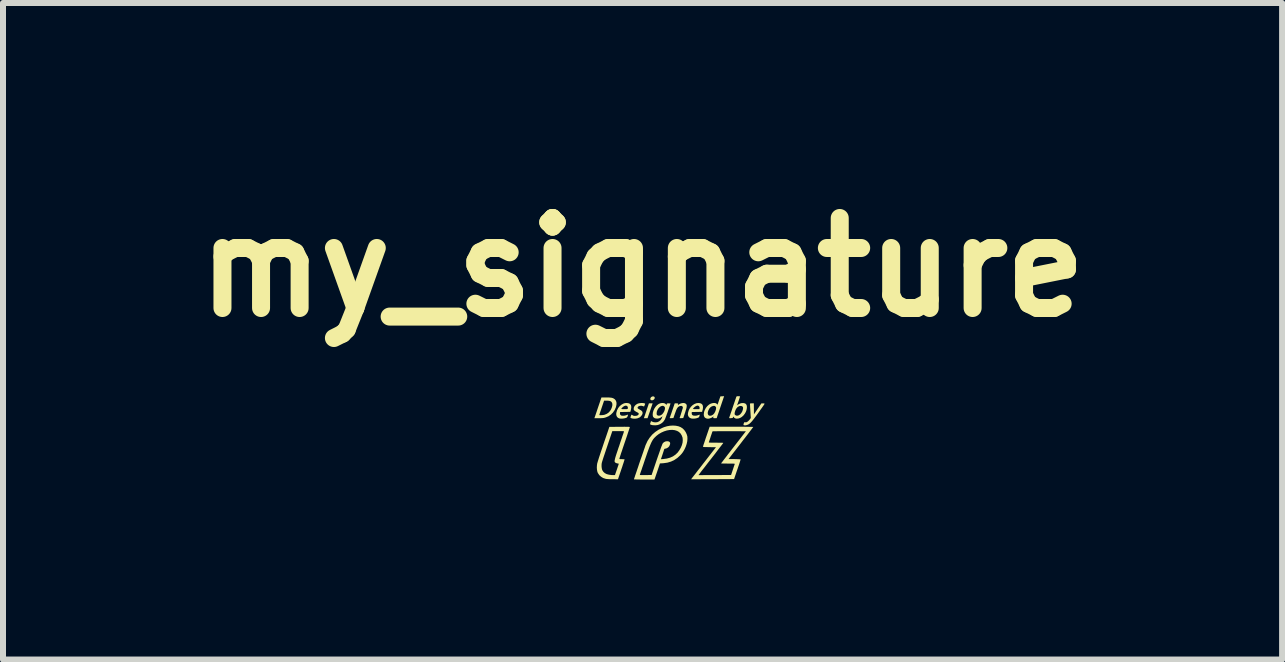
<source format=kicad_pcb>
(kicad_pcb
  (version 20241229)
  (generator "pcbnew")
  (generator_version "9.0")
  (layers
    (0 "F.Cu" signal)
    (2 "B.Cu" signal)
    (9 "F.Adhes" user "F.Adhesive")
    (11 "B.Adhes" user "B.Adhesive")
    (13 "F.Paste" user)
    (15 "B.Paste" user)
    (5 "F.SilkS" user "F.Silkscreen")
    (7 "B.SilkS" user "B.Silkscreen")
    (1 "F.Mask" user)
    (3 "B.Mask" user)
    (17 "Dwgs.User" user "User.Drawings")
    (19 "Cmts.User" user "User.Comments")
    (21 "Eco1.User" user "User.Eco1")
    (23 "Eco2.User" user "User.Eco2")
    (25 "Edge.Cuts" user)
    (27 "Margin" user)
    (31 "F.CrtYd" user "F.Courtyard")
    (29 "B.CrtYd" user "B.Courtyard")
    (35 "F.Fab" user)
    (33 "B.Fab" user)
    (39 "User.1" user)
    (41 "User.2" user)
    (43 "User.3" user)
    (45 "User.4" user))
  (footprint "my_signature"
    (layer "F.Cu")
    (at 8.187 4.244)
    (property "Reference" "my_signature" (at -0.53 -2.84 0) (layer "F.SilkS") (effects (font (size 1.5 1.5) (thickness 0.3))))
    (attr board_only exclude_from_pos_files exclude_from_bom)
    (fp_poly (pts (xy -0.404 -0.449) (xy -0.447 -0.325) (xy -0.477 -0.325) (xy -0.508 -0.325) (xy -0.466 -0.449) (xy -0.424 -0.573) (xy -0.393 -0.573) (xy -0.362 -0.573)) (stroke (width 0) (type solid)) (fill yes) (layer "F.SilkS"))
    (fp_poly (pts (xy -0.348 -0.689) (xy -0.337 -0.684) (xy -0.329 -0.676) (xy -0.327 -0.663) (xy -0.329 -0.654) (xy -0.338 -0.64) (xy -0.352 -0.629) (xy -0.367 -0.624) (xy -0.381 -0.624) (xy -0.393 -0.63) (xy -0.396 -0.634) (xy -0.401 -0.642) (xy -0.401 -0.65) (xy -0.397 -0.662) (xy -0.388 -0.676) (xy -0.375 -0.684) (xy -0.362 -0.689)) (stroke (width 0) (type solid)) (fill yes) (layer "F.SilkS"))
    (fp_poly (pts (xy -1.136 -0.671) (xy -1.098 -0.671) (xy -1.069 -0.669) (xy -1.045 -0.666) (xy -1.027 -0.661) (xy -1.012 -0.654) (xy -0.998 -0.645) (xy -0.989 -0.637) (xy -0.973 -0.615) (xy -0.965 -0.589) (xy -0.964 -0.558) (xy -0.971 -0.522) (xy -0.976 -0.504) (xy -0.996 -0.459) (xy -1.024 -0.419) (xy -1.057 -0.386) (xy -1.097 -0.358) (xy -1.142 -0.339) (xy -1.162 -0.333) (xy -1.18 -0.329) (xy -1.204 -0.327) (xy -1.235 -0.325) (xy -1.261 -0.325) (xy -1.333 -0.325) (xy -1.314 -0.379) (xy -1.251 -0.379) (xy -1.246 -0.377) (xy -1.235 -0.376) (xy -1.22 -0.376) (xy -1.202 -0.377) (xy -1.184 -0.379) (xy -1.168 -0.382) (xy -1.163 -0.383) (xy -1.127 -0.398) (xy -1.096 -0.419) (xy -1.071 -0.447) (xy -1.054 -0.475) (xy -1.04 -0.51) (xy -1.033 -0.541) (xy -1.034 -0.568) (xy -1.043 -0.59) (xy -1.047 -0.595) (xy -1.058 -0.605) (xy -1.073 -0.612) (xy -1.093 -0.616) (xy -1.12 -0.618) (xy -1.132 -0.618) (xy -1.171 -0.618) (xy -1.211 -0.5) (xy -1.221 -0.469) (xy -1.231 -0.441) (xy -1.239 -0.417) (xy -1.245 -0.397) (xy -1.249 -0.385) (xy -1.251 -0.379) (xy -1.251 -0.379) (xy -1.314 -0.379) (xy -1.274 -0.498) (xy -1.215 -0.671)) (stroke (width 0) (type solid)) (fill yes) (layer "F.SilkS"))
    (fp_poly (pts (xy 1.325 -0.481) (xy 1.326 -0.389) (xy 1.388 -0.481) (xy 1.45 -0.572) (xy 1.476 -0.572) (xy 1.491 -0.572) (xy 1.5 -0.57) (xy 1.502 -0.568) (xy 1.502 -0.565) (xy 1.501 -0.561) (xy 1.497 -0.555) (xy 1.492 -0.547) (xy 1.484 -0.535) (xy 1.473 -0.519) (xy 1.459 -0.499) (xy 1.44 -0.473) (xy 1.417 -0.44) (xy 1.397 -0.412) (xy 1.366 -0.369) (xy 1.339 -0.333) (xy 1.316 -0.303) (xy 1.296 -0.278) (xy 1.279 -0.259) (xy 1.264 -0.244) (xy 1.25 -0.232) (xy 1.238 -0.224) (xy 1.225 -0.218) (xy 1.221 -0.216) (xy 1.199 -0.209) (xy 1.178 -0.206) (xy 1.162 -0.208) (xy 1.155 -0.21) (xy 1.152 -0.214) (xy 1.152 -0.221) (xy 1.155 -0.233) (xy 1.156 -0.237) (xy 1.161 -0.251) (xy 1.165 -0.257) (xy 1.171 -0.259) (xy 1.177 -0.258) (xy 1.192 -0.257) (xy 1.202 -0.258) (xy 1.215 -0.265) (xy 1.231 -0.277) (xy 1.246 -0.292) (xy 1.261 -0.31) (xy 1.262 -0.311) (xy 1.274 -0.329) (xy 1.267 -0.444) (xy 1.265 -0.476) (xy 1.263 -0.505) (xy 1.262 -0.53) (xy 1.261 -0.549) (xy 1.26 -0.562) (xy 1.26 -0.566) (xy 1.262 -0.57) (xy 1.27 -0.572) (xy 1.286 -0.573) (xy 1.292 -0.573) (xy 1.324 -0.573)) (stroke (width 0) (type solid)) (fill yes) (layer "F.SilkS"))
    (fp_poly (pts (xy 0.175 -0.575) (xy 0.192 -0.565) (xy 0.196 -0.561) (xy 0.202 -0.552) (xy 0.206 -0.541) (xy 0.206 -0.527) (xy 0.204 -0.508) (xy 0.199 -0.485) (xy 0.19 -0.456) (xy 0.179 -0.419) (xy 0.177 -0.414) (xy 0.148 -0.328) (xy 0.117 -0.326) (xy 0.1 -0.326) (xy 0.091 -0.327) (xy 0.088 -0.329) (xy 0.088 -0.331) (xy 0.093 -0.344) (xy 0.099 -0.363) (xy 0.107 -0.385) (xy 0.114 -0.41) (xy 0.122 -0.434) (xy 0.129 -0.457) (xy 0.135 -0.477) (xy 0.14 -0.492) (xy 0.142 -0.501) (xy 0.142 -0.502) (xy 0.138 -0.517) (xy 0.128 -0.527) (xy 0.113 -0.531) (xy 0.094 -0.528) (xy 0.085 -0.525) (xy 0.072 -0.518) (xy 0.061 -0.51) (xy 0.051 -0.498) (xy 0.041 -0.482) (xy 0.031 -0.461) (xy 0.021 -0.433) (xy 0.009 -0.401) (xy -0.016 -0.328) (xy -0.048 -0.326) (xy -0.065 -0.326) (xy -0.074 -0.327) (xy -0.077 -0.329) (xy -0.077 -0.331) (xy -0.075 -0.337) (xy -0.07 -0.35) (xy -0.064 -0.369) (xy -0.055 -0.394) (xy -0.045 -0.423) (xy -0.035 -0.454) (xy -0.034 -0.455) (xy 0.006 -0.573) (xy 0.035 -0.573) (xy 0.052 -0.572) (xy 0.061 -0.57) (xy 0.063 -0.565) (xy 0.061 -0.557) (xy 0.06 -0.553) (xy 0.058 -0.547) (xy 0.059 -0.545) (xy 0.065 -0.548) (xy 0.076 -0.555) (xy 0.078 -0.557) (xy 0.103 -0.57) (xy 0.129 -0.577) (xy 0.153 -0.579)) (stroke (width 0) (type solid)) (fill yes) (layer "F.SilkS"))
    (fp_poly (pts (xy 0.427 -0.576) (xy 0.45 -0.567) (xy 0.466 -0.552) (xy 0.475 -0.532) (xy 0.477 -0.505) (xy 0.473 -0.472) (xy 0.469 -0.459) (xy 0.462 -0.431) (xy 0.376 -0.43) (xy 0.291 -0.428) (xy 0.289 -0.415) (xy 0.29 -0.395) (xy 0.297 -0.381) (xy 0.307 -0.373) (xy 0.324 -0.368) (xy 0.347 -0.367) (xy 0.372 -0.369) (xy 0.395 -0.376) (xy 0.395 -0.376) (xy 0.409 -0.381) (xy 0.419 -0.384) (xy 0.422 -0.385) (xy 0.423 -0.381) (xy 0.42 -0.371) (xy 0.418 -0.362) (xy 0.413 -0.348) (xy 0.407 -0.34) (xy 0.398 -0.335) (xy 0.386 -0.33) (xy 0.363 -0.323) (xy 0.336 -0.319) (xy 0.309 -0.318) (xy 0.287 -0.32) (xy 0.282 -0.321) (xy 0.258 -0.331) (xy 0.241 -0.346) (xy 0.231 -0.364) (xy 0.227 -0.378) (xy 0.225 -0.39) (xy 0.227 -0.406) (xy 0.228 -0.415) (xy 0.238 -0.452) (xy 0.252 -0.482) (xy 0.311 -0.482) (xy 0.315 -0.479) (xy 0.327 -0.477) (xy 0.348 -0.477) (xy 0.364 -0.476) (xy 0.417 -0.476) (xy 0.42 -0.488) (xy 0.42 -0.506) (xy 0.413 -0.522) (xy 0.402 -0.531) (xy 0.393 -0.535) (xy 0.384 -0.535) (xy 0.37 -0.532) (xy 0.358 -0.526) (xy 0.344 -0.517) (xy 0.33 -0.505) (xy 0.319 -0.494) (xy 0.312 -0.485) (xy 0.311 -0.482) (xy 0.252 -0.482) (xy 0.255 -0.487) (xy 0.277 -0.517) (xy 0.304 -0.543) (xy 0.334 -0.562) (xy 0.367 -0.575) (xy 0.398 -0.579)) (stroke (width 0) (type solid)) (fill yes) (layer "F.SilkS"))
    (fp_poly (pts (xy -0.768 -0.576) (xy -0.745 -0.567) (xy -0.729 -0.552) (xy -0.72 -0.532) (xy -0.718 -0.505) (xy -0.723 -0.472) (xy -0.726 -0.459) (xy -0.734 -0.431) (xy -0.819 -0.43) (xy -0.905 -0.428) (xy -0.906 -0.409) (xy -0.906 -0.394) (xy -0.901 -0.384) (xy -0.896 -0.378) (xy -0.888 -0.372) (xy -0.879 -0.368) (xy -0.867 -0.367) (xy -0.855 -0.366) (xy -0.824 -0.369) (xy -0.801 -0.376) (xy -0.787 -0.381) (xy -0.777 -0.384) (xy -0.773 -0.385) (xy -0.773 -0.381) (xy -0.775 -0.371) (xy -0.778 -0.361) (xy -0.784 -0.347) (xy -0.79 -0.338) (xy -0.799 -0.333) (xy -0.81 -0.329) (xy -0.834 -0.323) (xy -0.861 -0.319) (xy -0.889 -0.318) (xy -0.912 -0.32) (xy -0.915 -0.321) (xy -0.938 -0.331) (xy -0.955 -0.347) (xy -0.965 -0.368) (xy -0.969 -0.395) (xy -0.966 -0.418) (xy -0.955 -0.458) (xy -0.943 -0.48) (xy -0.884 -0.48) (xy -0.88 -0.479) (xy -0.868 -0.477) (xy -0.851 -0.477) (xy -0.832 -0.476) (xy -0.809 -0.477) (xy -0.793 -0.477) (xy -0.784 -0.479) (xy -0.779 -0.481) (xy -0.777 -0.484) (xy -0.774 -0.502) (xy -0.779 -0.518) (xy -0.786 -0.526) (xy -0.799 -0.534) (xy -0.811 -0.535) (xy -0.827 -0.531) (xy -0.837 -0.526) (xy -0.849 -0.519) (xy -0.862 -0.508) (xy -0.874 -0.496) (xy -0.882 -0.486) (xy -0.884 -0.48) (xy -0.943 -0.48) (xy -0.936 -0.495) (xy -0.91 -0.527) (xy -0.878 -0.553) (xy -0.858 -0.564) (xy -0.839 -0.573) (xy -0.821 -0.577) (xy -0.802 -0.579) (xy -0.798 -0.579)) (stroke (width 0) (type solid)) (fill yes) (layer "F.SilkS"))
    (fp_poly (pts (xy -0.514 -0.577) (xy -0.498 -0.573) (xy -0.486 -0.568) (xy -0.494 -0.544) (xy -0.5 -0.531) (xy -0.504 -0.523) (xy -0.507 -0.521) (xy -0.513 -0.523) (xy -0.525 -0.527) (xy -0.531 -0.529) (xy -0.551 -0.533) (xy -0.571 -0.532) (xy -0.59 -0.527) (xy -0.604 -0.518) (xy -0.612 -0.507) (xy -0.612 -0.506) (xy -0.613 -0.498) (xy -0.611 -0.492) (xy -0.605 -0.486) (xy -0.593 -0.478) (xy -0.575 -0.468) (xy -0.574 -0.467) (xy -0.551 -0.453) (xy -0.536 -0.438) (xy -0.53 -0.422) (xy -0.53 -0.403) (xy -0.531 -0.399) (xy -0.54 -0.379) (xy -0.555 -0.36) (xy -0.572 -0.343) (xy -0.586 -0.335) (xy -0.619 -0.322) (xy -0.656 -0.317) (xy -0.692 -0.319) (xy -0.707 -0.323) (xy -0.72 -0.326) (xy -0.729 -0.33) (xy -0.731 -0.331) (xy -0.731 -0.337) (xy -0.729 -0.348) (xy -0.725 -0.361) (xy -0.72 -0.373) (xy -0.716 -0.381) (xy -0.714 -0.383) (xy -0.708 -0.382) (xy -0.699 -0.377) (xy -0.696 -0.375) (xy -0.685 -0.368) (xy -0.673 -0.365) (xy -0.656 -0.364) (xy -0.653 -0.364) (xy -0.627 -0.367) (xy -0.608 -0.375) (xy -0.596 -0.388) (xy -0.596 -0.389) (xy -0.593 -0.398) (xy -0.596 -0.407) (xy -0.605 -0.416) (xy -0.623 -0.426) (xy -0.628 -0.428) (xy -0.65 -0.441) (xy -0.665 -0.452) (xy -0.674 -0.462) (xy -0.678 -0.475) (xy -0.678 -0.482) (xy -0.674 -0.507) (xy -0.661 -0.53) (xy -0.641 -0.55) (xy -0.615 -0.566) (xy -0.604 -0.57) (xy -0.584 -0.575) (xy -0.56 -0.578) (xy -0.536 -0.579)) (stroke (width 0) (type solid)) (fill yes) (layer "F.SilkS"))
    (fp_poly (pts (xy 0.767 -0.51) (xy 0.754 -0.471) (xy 0.742 -0.435) (xy 0.731 -0.403) (xy 0.721 -0.375) (xy 0.714 -0.353) (xy 0.709 -0.337) (xy 0.706 -0.328) (xy 0.705 -0.327) (xy 0.701 -0.326) (xy 0.69 -0.325) (xy 0.676 -0.325) (xy 0.659 -0.326) (xy 0.65 -0.328) (xy 0.647 -0.332) (xy 0.649 -0.341) (xy 0.65 -0.345) (xy 0.655 -0.357) (xy 0.636 -0.343) (xy 0.619 -0.333) (xy 0.599 -0.325) (xy 0.579 -0.319) (xy 0.563 -0.317) (xy 0.561 -0.317) (xy 0.55 -0.318) (xy 0.538 -0.32) (xy 0.517 -0.329) (xy 0.502 -0.343) (xy 0.493 -0.364) (xy 0.49 -0.39) (xy 0.494 -0.419) (xy 0.556 -0.419) (xy 0.557 -0.398) (xy 0.564 -0.381) (xy 0.576 -0.37) (xy 0.593 -0.366) (xy 0.615 -0.369) (xy 0.624 -0.373) (xy 0.646 -0.386) (xy 0.665 -0.407) (xy 0.68 -0.434) (xy 0.691 -0.464) (xy 0.695 -0.486) (xy 0.696 -0.501) (xy 0.693 -0.51) (xy 0.686 -0.519) (xy 0.685 -0.52) (xy 0.676 -0.528) (xy 0.667 -0.531) (xy 0.654 -0.531) (xy 0.65 -0.53) (xy 0.625 -0.523) (xy 0.602 -0.508) (xy 0.582 -0.486) (xy 0.567 -0.456) (xy 0.563 -0.446) (xy 0.556 -0.419) (xy 0.494 -0.419) (xy 0.494 -0.427) (xy 0.507 -0.463) (xy 0.525 -0.497) (xy 0.549 -0.527) (xy 0.578 -0.552) (xy 0.598 -0.564) (xy 0.625 -0.574) (xy 0.65 -0.579) (xy 0.674 -0.579) (xy 0.693 -0.574) (xy 0.708 -0.564) (xy 0.714 -0.553) (xy 0.716 -0.551) (xy 0.719 -0.555) (xy 0.724 -0.564) (xy 0.73 -0.581) (xy 0.738 -0.604) (xy 0.742 -0.616) (xy 0.767 -0.689) (xy 0.798 -0.691) (xy 0.829 -0.692)) (stroke (width 0) (type solid)) (fill yes) (layer "F.SilkS"))
    (fp_poly (pts (xy 1.08 -0.691) (xy 1.091 -0.69) (xy 1.095 -0.688) (xy 1.093 -0.682) (xy 1.089 -0.67) (xy 1.083 -0.651) (xy 1.076 -0.629) (xy 1.07 -0.612) (xy 1.045 -0.541) (xy 1.069 -0.557) (xy 1.097 -0.571) (xy 1.126 -0.578) (xy 1.154 -0.578) (xy 1.179 -0.571) (xy 1.183 -0.569) (xy 1.197 -0.556) (xy 1.206 -0.537) (xy 1.209 -0.513) (xy 1.207 -0.487) (xy 1.201 -0.458) (xy 1.19 -0.429) (xy 1.174 -0.401) (xy 1.154 -0.374) (xy 1.149 -0.369) (xy 1.123 -0.346) (xy 1.094 -0.329) (xy 1.065 -0.32) (xy 1.036 -0.318) (xy 1.022 -0.32) (xy 1.008 -0.326) (xy 0.995 -0.336) (xy 0.987 -0.346) (xy 0.985 -0.352) (xy 0.983 -0.353) (xy 0.98 -0.347) (xy 0.978 -0.344) (xy 0.975 -0.335) (xy 0.971 -0.33) (xy 0.964 -0.328) (xy 0.951 -0.327) (xy 0.942 -0.326) (xy 0.925 -0.326) (xy 0.915 -0.327) (xy 0.912 -0.329) (xy 0.913 -0.331) (xy 0.915 -0.336) (xy 0.919 -0.35) (xy 0.926 -0.369) (xy 0.935 -0.395) (xy 0.936 -0.399) (xy 1.004 -0.399) (xy 1.005 -0.389) (xy 1.011 -0.381) (xy 1.014 -0.378) (xy 1.03 -0.369) (xy 1.049 -0.367) (xy 1.071 -0.373) (xy 1.076 -0.375) (xy 1.098 -0.391) (xy 1.117 -0.414) (xy 1.133 -0.442) (xy 1.142 -0.471) (xy 1.144 -0.484) (xy 1.145 -0.498) (xy 1.143 -0.508) (xy 1.138 -0.516) (xy 1.135 -0.52) (xy 1.12 -0.528) (xy 1.101 -0.53) (xy 1.081 -0.526) (xy 1.06 -0.515) (xy 1.044 -0.501) (xy 1.031 -0.484) (xy 1.019 -0.461) (xy 1.01 -0.436) (xy 1.005 -0.413) (xy 1.004 -0.399) (xy 0.936 -0.399) (xy 0.945 -0.425) (xy 0.957 -0.459) (xy 0.969 -0.496) (xy 0.97 -0.499) (xy 0.983 -0.537) (xy 0.995 -0.572) (xy 1.006 -0.604) (xy 1.015 -0.631) (xy 1.023 -0.653) (xy 1.028 -0.669) (xy 1.031 -0.677) (xy 1.031 -0.677) (xy 1.034 -0.685) (xy 1.038 -0.689) (xy 1.046 -0.691) (xy 1.059 -0.692) (xy 1.065 -0.692)) (stroke (width 0) (type solid)) (fill yes) (layer "F.SilkS"))
    (fp_poly (pts (xy -0.182 -0.578) (xy -0.162 -0.573) (xy -0.146 -0.563) (xy -0.14 -0.555) (xy -0.134 -0.544) (xy -0.129 -0.558) (xy -0.126 -0.566) (xy -0.122 -0.57) (xy -0.114 -0.572) (xy -0.101 -0.573) (xy -0.094 -0.573) (xy -0.079 -0.572) (xy -0.068 -0.572) (xy -0.064 -0.571) (xy -0.066 -0.565) (xy -0.07 -0.551) (xy -0.076 -0.532) (xy -0.084 -0.508) (xy -0.094 -0.481) (xy -0.104 -0.452) (xy -0.114 -0.422) (xy -0.125 -0.393) (xy -0.134 -0.367) (xy -0.143 -0.343) (xy -0.15 -0.325) (xy -0.155 -0.312) (xy -0.156 -0.309) (xy -0.178 -0.274) (xy -0.205 -0.247) (xy -0.238 -0.226) (xy -0.275 -0.212) (xy -0.315 -0.207) (xy -0.358 -0.209) (xy -0.37 -0.211) (xy -0.384 -0.214) (xy -0.396 -0.219) (xy -0.398 -0.22) (xy -0.403 -0.223) (xy -0.405 -0.226) (xy -0.404 -0.234) (xy -0.4 -0.246) (xy -0.398 -0.251) (xy -0.389 -0.278) (xy -0.368 -0.267) (xy -0.344 -0.259) (xy -0.316 -0.256) (xy -0.287 -0.259) (xy -0.28 -0.261) (xy -0.254 -0.273) (xy -0.231 -0.293) (xy -0.213 -0.318) (xy -0.204 -0.34) (xy -0.197 -0.359) (xy -0.207 -0.35) (xy -0.23 -0.334) (xy -0.255 -0.323) (xy -0.282 -0.319) (xy -0.307 -0.32) (xy -0.33 -0.327) (xy -0.346 -0.339) (xy -0.354 -0.349) (xy -0.358 -0.359) (xy -0.36 -0.374) (xy -0.361 -0.382) (xy -0.359 -0.411) (xy -0.295 -0.411) (xy -0.295 -0.395) (xy -0.293 -0.385) (xy -0.288 -0.378) (xy -0.285 -0.375) (xy -0.269 -0.368) (xy -0.249 -0.368) (xy -0.228 -0.374) (xy -0.225 -0.375) (xy -0.203 -0.391) (xy -0.184 -0.414) (xy -0.169 -0.441) (xy -0.165 -0.45) (xy -0.158 -0.476) (xy -0.156 -0.495) (xy -0.159 -0.509) (xy -0.167 -0.52) (xy -0.182 -0.53) (xy -0.2 -0.532) (xy -0.218 -0.527) (xy -0.237 -0.517) (xy -0.255 -0.501) (xy -0.271 -0.482) (xy -0.283 -0.46) (xy -0.292 -0.436) (xy -0.295 -0.411) (xy -0.359 -0.411) (xy -0.359 -0.416) (xy -0.349 -0.451) (xy -0.333 -0.486) (xy -0.312 -0.517) (xy -0.287 -0.544) (xy -0.259 -0.564) (xy -0.254 -0.566) (xy -0.23 -0.575) (xy -0.205 -0.579)) (stroke (width 0) (type solid)) (fill yes) (layer "F.SilkS"))
    (fp_poly (pts (xy 0.024 -0.2) (xy 0.068 -0.191) (xy 0.106 -0.176) (xy 0.107 -0.175) (xy 0.138 -0.155) (xy 0.165 -0.128) (xy 0.188 -0.095) (xy 0.205 -0.059) (xy 0.216 -0.023) (xy 0.218 0.015) (xy 0.215 0.058) (xy 0.205 0.103) (xy 0.19 0.148) (xy 0.174 0.184) (xy 0.157 0.216) (xy 0.14 0.243) (xy 0.121 0.268) (xy 0.097 0.294) (xy 0.096 0.295) (xy 0.05 0.337) (xy -0.00043 0.371) (xy -0.055 0.397) (xy -0.115 0.415) (xy -0.178 0.424) (xy -0.19 0.425) (xy -0.24 0.428) (xy -0.285 0.562) (xy -0.331 0.696) (xy -0.502 0.696) (xy -0.541 0.696) (xy -0.576 0.696) (xy -0.608 0.695) (xy -0.634 0.695) (xy -0.655 0.694) (xy -0.668 0.694) (xy -0.673 0.693) (xy -0.673 0.693) (xy -0.672 0.687) (xy -0.668 0.675) (xy -0.661 0.655) (xy -0.653 0.629) (xy -0.649 0.618) (xy -0.576 0.618) (xy -0.574 0.62) (xy -0.57 0.621) (xy -0.561 0.622) (xy -0.547 0.622) (xy -0.527 0.622) (xy -0.499 0.622) (xy -0.479 0.622) (xy -0.379 0.621) (xy -0.293 0.367) (xy -0.275 0.315) (xy -0.258 0.267) (xy -0.243 0.224) (xy -0.23 0.186) (xy -0.218 0.153) (xy -0.208 0.128) (xy -0.201 0.109) (xy -0.196 0.098) (xy -0.195 0.096) (xy -0.176 0.076) (xy -0.151 0.063) (xy -0.123 0.058) (xy -0.121 0.058) (xy -0.097 0.061) (xy -0.081 0.069) (xy -0.072 0.082) (xy -0.07 0.101) (xy -0.073 0.112) (xy -0.084 0.14) (xy -0.102 0.16) (xy -0.126 0.175) (xy -0.143 0.18) (xy -0.167 0.186) (xy -0.195 0.272) (xy -0.224 0.358) (xy -0.184 0.355) (xy -0.125 0.347) (xy -0.071 0.332) (xy -0.024 0.311) (xy 0.018 0.282) (xy 0.055 0.247) (xy 0.084 0.207) (xy 0.108 0.165) (xy 0.126 0.122) (xy 0.137 0.08) (xy 0.14 0.04) (xy 0.137 0.003) (xy 0.136 -0.003) (xy 0.122 -0.04) (xy 0.102 -0.072) (xy 0.075 -0.097) (xy 0.045 -0.114) (xy 0.007 -0.126) (xy -0.035 -0.131) (xy -0.079 -0.129) (xy -0.125 -0.121) (xy -0.172 -0.106) (xy -0.217 -0.086) (xy -0.26 -0.061) (xy -0.3 -0.03) (xy -0.335 0.004) (xy -0.345 0.016) (xy -0.355 0.029) (xy -0.364 0.043) (xy -0.373 0.059) (xy -0.383 0.078) (xy -0.393 0.1) (xy -0.404 0.126) (xy -0.417 0.158) (xy -0.43 0.194) (xy -0.446 0.237) (xy -0.463 0.287) (xy -0.483 0.345) (xy -0.492 0.371) (xy -0.507 0.416) (xy -0.521 0.458) (xy -0.535 0.497) (xy -0.546 0.532) (xy -0.557 0.561) (xy -0.565 0.585) (xy -0.571 0.603) (xy -0.574 0.613) (xy -0.575 0.615) (xy -0.576 0.618) (xy -0.649 0.618) (xy -0.642 0.598) (xy -0.63 0.563) (xy -0.617 0.524) (xy -0.603 0.483) (xy -0.589 0.44) (xy -0.574 0.396) (xy -0.559 0.353) (xy -0.544 0.311) (xy -0.53 0.27) (xy -0.517 0.233) (xy -0.506 0.199) (xy -0.495 0.169) (xy -0.487 0.145) (xy -0.481 0.127) (xy -0.477 0.117) (xy -0.476 0.116) (xy -0.447 0.053) (xy -0.411 -0.002) (xy -0.369 -0.052) (xy -0.32 -0.095) (xy -0.264 -0.133) (xy -0.201 -0.164) (xy -0.172 -0.176) (xy -0.123 -0.191) (xy -0.074 -0.2) (xy -0.024 -0.203)) (stroke (width 0) (type solid)) (fill yes) (layer "F.SilkS"))
    (fp_poly (pts (xy -0.803 -0.182) (xy -0.781 -0.182) (xy -0.765 -0.182) (xy -0.753 -0.181) (xy -0.747 -0.18) (xy -0.743 -0.178) (xy -0.742 -0.177) (xy -0.744 -0.171) (xy -0.748 -0.158) (xy -0.754 -0.138) (xy -0.763 -0.111) (xy -0.774 -0.079) (xy -0.786 -0.041) (xy -0.8 -0.000456) (xy -0.815 0.044) (xy -0.829 0.085) (xy -0.845 0.132) (xy -0.86 0.176) (xy -0.873 0.217) (xy -0.886 0.253) (xy -0.896 0.285) (xy -0.905 0.312) (xy -0.911 0.332) (xy -0.915 0.344) (xy -0.916 0.349) (xy -0.915 0.353) (xy -0.911 0.355) (xy -0.903 0.357) (xy -0.888 0.357) (xy -0.873 0.357) (xy -0.852 0.358) (xy -0.837 0.359) (xy -0.83 0.361) (xy -0.829 0.362) (xy -0.831 0.367) (xy -0.835 0.38) (xy -0.841 0.399) (xy -0.849 0.424) (xy -0.859 0.453) (xy -0.869 0.485) (xy -0.881 0.519) (xy -0.893 0.555) (xy -0.905 0.59) (xy -0.917 0.625) (xy -0.928 0.657) (xy -0.932 0.67) (xy -0.94 0.692) (xy -1.03 0.691) (xy -1.072 0.691) (xy -1.106 0.689) (xy -1.131 0.687) (xy -1.147 0.684) (xy -1.187 0.671) (xy -1.221 0.65) (xy -1.25 0.624) (xy -1.272 0.592) (xy -1.277 0.583) (xy -1.285 0.559) (xy -1.29 0.528) (xy -1.292 0.495) (xy -1.291 0.479) (xy -1.213 0.479) (xy -1.21 0.507) (xy -1.204 0.532) (xy -1.2 0.542) (xy -1.182 0.569) (xy -1.158 0.59) (xy -1.128 0.606) (xy -1.09 0.616) (xy -1.045 0.622) (xy -1.023 0.622) (xy -1.007 0.623) (xy -0.995 0.622) (xy -0.99 0.622) (xy -0.989 0.622) (xy -0.988 0.617) (xy -0.984 0.605) (xy -0.978 0.587) (xy -0.97 0.564) (xy -0.961 0.538) (xy -0.957 0.527) (xy -0.948 0.5) (xy -0.94 0.476) (xy -0.933 0.456) (xy -0.928 0.441) (xy -0.926 0.434) (xy -0.925 0.433) (xy -0.929 0.432) (xy -0.94 0.43) (xy -0.948 0.428) (xy -0.968 0.423) (xy -0.983 0.415) (xy -0.984 0.414) (xy -0.989 0.41) (xy -0.992 0.405) (xy -0.995 0.398) (xy -0.996 0.39) (xy -0.995 0.379) (xy -0.992 0.365) (xy -0.988 0.347) (xy -0.982 0.324) (xy -0.973 0.295) (xy -0.962 0.261) (xy -0.948 0.22) (xy -0.932 0.171) (xy -0.918 0.132) (xy -0.904 0.088) (xy -0.89 0.047) (xy -0.877 0.009) (xy -0.866 -0.025) (xy -0.856 -0.053) (xy -0.848 -0.076) (xy -0.843 -0.092) (xy -0.84 -0.101) (xy -0.84 -0.102) (xy -0.839 -0.105) (xy -0.841 -0.107) (xy -0.846 -0.108) (xy -0.855 -0.109) (xy -0.87 -0.11) (xy -0.891 -0.11) (xy -0.92 -0.11) (xy -0.936 -0.11) (xy -1.034 -0.11) (xy -1.119 0.143) (xy -1.135 0.19) (xy -1.15 0.235) (xy -1.164 0.277) (xy -1.177 0.315) (xy -1.188 0.349) (xy -1.197 0.378) (xy -1.204 0.4) (xy -1.208 0.415) (xy -1.21 0.421) (xy -1.213 0.449) (xy -1.213 0.479) (xy -1.291 0.479) (xy -1.29 0.46) (xy -1.287 0.438) (xy -1.286 0.43) (xy -1.283 0.42) (xy -1.279 0.406) (xy -1.274 0.389) (xy -1.267 0.367) (xy -1.259 0.341) (xy -1.249 0.31) (xy -1.237 0.274) (xy -1.223 0.231) (xy -1.206 0.182) (xy -1.187 0.125) (xy -1.166 0.062) (xy -1.141 -0.01) (xy -1.125 -0.057) (xy -1.083 -0.181) (xy -0.913 -0.182) (xy -0.868 -0.182) (xy -0.832 -0.183)) (stroke (width 0) (type solid)) (fill yes) (layer "F.SilkS"))
    (fp_poly (pts (xy 1.008 -0.183) (xy 1.062 -0.183) (xy 1.113 -0.183) (xy 1.159 -0.183) (xy 1.201 -0.182) (xy 1.237 -0.182) (xy 1.268 -0.181) (xy 1.291 -0.181) (xy 1.307 -0.18) (xy 1.314 -0.18) (xy 1.315 -0.18) (xy 1.312 -0.175) (xy 1.304 -0.165) (xy 1.291 -0.148) (xy 1.274 -0.125) (xy 1.253 -0.098) (xy 1.229 -0.066) (xy 1.202 -0.031) (xy 1.172 0.008) (xy 1.14 0.049) (xy 1.109 0.09) (xy 0.903 0.355) (xy 1.003 0.356) (xy 1.038 0.357) (xy 1.065 0.358) (xy 1.084 0.359) (xy 1.096 0.36) (xy 1.102 0.361) (xy 1.104 0.363) (xy 1.102 0.369) (xy 1.098 0.382) (xy 1.092 0.402) (xy 1.084 0.427) (xy 1.074 0.457) (xy 1.062 0.491) (xy 1.05 0.528) (xy 1.049 0.529) (xy 0.995 0.689) (xy 0.637 0.691) (xy 0.279 0.692) (xy 0.292 0.675) (xy 0.297 0.668) (xy 0.307 0.655) (xy 0.322 0.636) (xy 0.332 0.623) (xy 0.402 0.623) (xy 0.674 0.622) (xy 0.945 0.621) (xy 0.974 0.534) (xy 0.983 0.507) (xy 0.991 0.482) (xy 0.998 0.462) (xy 1.003 0.447) (xy 1.006 0.439) (xy 1.006 0.439) (xy 1.006 0.436) (xy 1.004 0.434) (xy 1 0.433) (xy 0.991 0.432) (xy 0.978 0.431) (xy 0.958 0.431) (xy 0.932 0.431) (xy 0.897 0.431) (xy 0.894 0.431) (xy 0.862 0.43) (xy 0.834 0.43) (xy 0.811 0.43) (xy 0.793 0.429) (xy 0.782 0.429) (xy 0.779 0.428) (xy 0.781 0.424) (xy 0.789 0.413) (xy 0.802 0.397) (xy 0.819 0.374) (xy 0.84 0.347) (xy 0.864 0.316) (xy 0.891 0.28) (xy 0.921 0.242) (xy 0.953 0.2) (xy 0.985 0.159) (xy 1.192 -0.108) (xy 0.916 -0.109) (xy 0.866 -0.109) (xy 0.82 -0.109) (xy 0.776 -0.109) (xy 0.737 -0.109) (xy 0.704 -0.108) (xy 0.676 -0.108) (xy 0.655 -0.108) (xy 0.642 -0.107) (xy 0.636 -0.107) (xy 0.636 -0.107) (xy 0.634 -0.101) (xy 0.629 -0.089) (xy 0.623 -0.07) (xy 0.615 -0.047) (xy 0.606 -0.021) (xy 0.605 -0.016) (xy 0.596 0.011) (xy 0.588 0.035) (xy 0.581 0.055) (xy 0.576 0.069) (xy 0.574 0.076) (xy 0.574 0.077) (xy 0.575 0.079) (xy 0.581 0.08) (xy 0.591 0.081) (xy 0.608 0.082) (xy 0.632 0.082) (xy 0.664 0.082) (xy 0.693 0.082) (xy 0.726 0.083) (xy 0.755 0.083) (xy 0.78 0.083) (xy 0.799 0.084) (xy 0.811 0.085) (xy 0.815 0.086) (xy 0.813 0.09) (xy 0.805 0.101) (xy 0.792 0.118) (xy 0.775 0.14) (xy 0.754 0.167) (xy 0.73 0.198) (xy 0.703 0.234) (xy 0.674 0.272) (xy 0.642 0.313) (xy 0.618 0.344) (xy 0.585 0.386) (xy 0.553 0.427) (xy 0.524 0.465) (xy 0.497 0.5) (xy 0.472 0.531) (xy 0.451 0.558) (xy 0.434 0.581) (xy 0.422 0.597) (xy 0.414 0.607) (xy 0.412 0.61) (xy 0.402 0.623) (xy 0.332 0.623) (xy 0.341 0.612) (xy 0.364 0.582) (xy 0.389 0.549) (xy 0.418 0.513) (xy 0.448 0.474) (xy 0.48 0.432) (xy 0.499 0.408) (xy 0.693 0.158) (xy 0.584 0.157) (xy 0.548 0.156) (xy 0.52 0.156) (xy 0.5 0.155) (xy 0.486 0.153) (xy 0.479 0.152) (xy 0.476 0.15) (xy 0.476 0.15) (xy 0.478 0.144) (xy 0.482 0.131) (xy 0.488 0.111) (xy 0.497 0.086) (xy 0.507 0.056) (xy 0.518 0.022) (xy 0.53 -0.015) (xy 0.532 -0.019) (xy 0.588 -0.183) (xy 0.951 -0.183)) (stroke (width 0) (type solid)) (fill yes) (layer "F.SilkS")))
  (gr_rect
    (start -3 -3)
    (end 18.314 7.94)
    (stroke (width 0.1) (type default))
    (fill no)
    (layer "Edge.Cuts")))
</source>
